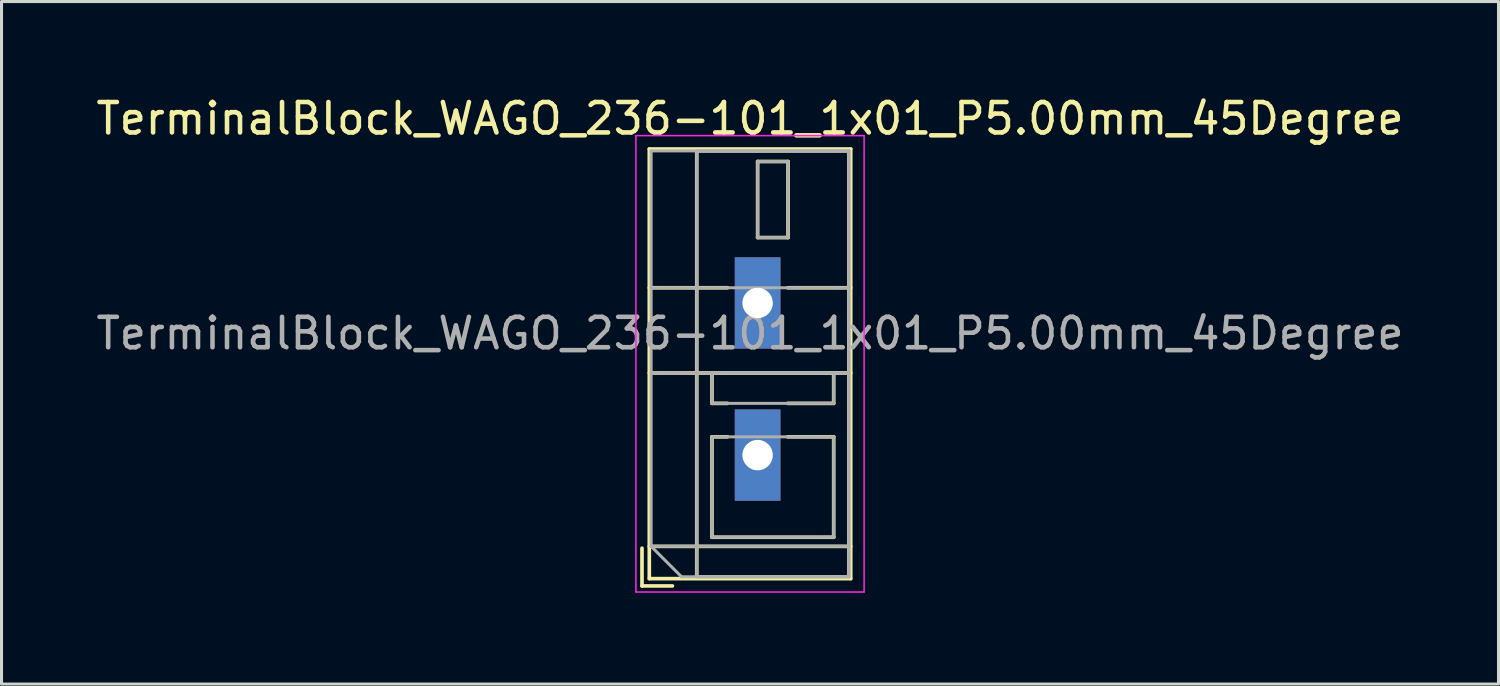
<source format=kicad_pcb>
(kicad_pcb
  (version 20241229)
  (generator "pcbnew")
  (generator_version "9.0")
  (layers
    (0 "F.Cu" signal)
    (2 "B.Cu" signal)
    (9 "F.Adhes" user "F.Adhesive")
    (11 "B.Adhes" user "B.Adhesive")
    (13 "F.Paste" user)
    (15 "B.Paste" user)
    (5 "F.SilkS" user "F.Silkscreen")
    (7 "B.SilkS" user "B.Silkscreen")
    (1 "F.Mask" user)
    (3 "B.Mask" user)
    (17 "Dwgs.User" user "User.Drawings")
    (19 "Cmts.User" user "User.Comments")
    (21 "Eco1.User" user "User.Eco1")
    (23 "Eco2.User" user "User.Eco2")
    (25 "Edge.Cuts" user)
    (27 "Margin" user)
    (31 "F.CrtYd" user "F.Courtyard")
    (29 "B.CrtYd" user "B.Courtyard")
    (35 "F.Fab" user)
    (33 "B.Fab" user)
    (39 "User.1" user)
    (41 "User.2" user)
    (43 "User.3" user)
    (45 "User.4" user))
  (footprint "TerminalBlock_WAGO_236-101_1x01_P5.00mm_45Degree"
    (layer "F.Cu")
    (at 21.851 11.908)
    (property "Reference" "TerminalBlock_WAGO_236-101_1x01_P5.00mm_45Degree" (at -0.25 -11.06 0) (layer "F.SilkS") (effects (font (size 1 1) (thickness 0.15))))
    (attr through_hole)
    (fp_line (start -3.8 3.06) (end -3.8 4.3) (stroke (width 0.12) (type solid)) (layer "F.SilkS"))
    (fp_line (start -3.8 4.3) (end -2.8 4.3) (stroke (width 0.12) (type solid)) (layer "F.SilkS"))
    (fp_line (start -3.56 -10.06) (end -3.56 4.06) (stroke (width 0.12) (type solid)) (layer "F.SilkS"))
    (fp_line (start -3.56 -10.06) (end 3.06 -10.06) (stroke (width 0.12) (type solid)) (layer "F.SilkS"))
    (fp_line (start -3.56 -5.5) (end -0.99 -5.5) (stroke (width 0.12) (type solid)) (layer "F.SilkS"))
    (fp_line (start -3.56 -2.7) (end 3.06 -2.7) (stroke (width 0.12) (type solid)) (layer "F.SilkS"))
    (fp_line (start -3.56 3) (end 3.06 3) (stroke (width 0.12) (type solid)) (layer "F.SilkS"))
    (fp_line (start -3.56 4.06) (end 3.06 4.06) (stroke (width 0.12) (type solid)) (layer "F.SilkS"))
    (fp_line (start -2 -10) (end -2 4) (stroke (width 0.12) (type solid)) (layer "F.SilkS"))
    (fp_line (start -2 -10) (end 3 -10) (stroke (width 0.12) (type solid)) (layer "F.SilkS"))
    (fp_line (start -2 4) (end 3 4) (stroke (width 0.12) (type solid)) (layer "F.SilkS"))
    (fp_line (start -1.5 -2.7) (end -1.5 -1.701) (stroke (width 0.12) (type solid)) (layer "F.SilkS"))
    (fp_line (start -1.5 -2.7) (end 2.5 -2.7) (stroke (width 0.12) (type solid)) (layer "F.SilkS"))
    (fp_line (start -1.5 -1.701) (end -0.99 -1.701) (stroke (width 0.12) (type solid)) (layer "F.SilkS"))
    (fp_line (start -1.5 -0.6) (end -1.5 2.7) (stroke (width 0.12) (type solid)) (layer "F.SilkS"))
    (fp_line (start -1.5 -0.6) (end -0.99 -0.6) (stroke (width 0.12) (type solid)) (layer "F.SilkS"))
    (fp_line (start -1.5 2.7) (end 2.5 2.7) (stroke (width 0.12) (type solid)) (layer "F.SilkS"))
    (fp_line (start 0 -9.65) (end 0 -7.15) (stroke (width 0.12) (type solid)) (layer "F.SilkS"))
    (fp_line (start 0 -9.65) (end 1 -9.65) (stroke (width 0.12) (type solid)) (layer "F.SilkS"))
    (fp_line (start 0 -7.15) (end 1 -7.15) (stroke (width 0.12) (type solid)) (layer "F.SilkS"))
    (fp_line (start 0.99 -5.5) (end 3.06 -5.5) (stroke (width 0.12) (type solid)) (layer "F.SilkS"))
    (fp_line (start 0.99 -1.701) (end 2.5 -1.701) (stroke (width 0.12) (type solid)) (layer "F.SilkS"))
    (fp_line (start 0.99 -0.6) (end 2.5 -0.6) (stroke (width 0.12) (type solid)) (layer "F.SilkS"))
    (fp_line (start 1 -9.65) (end 1 -7.15) (stroke (width 0.12) (type solid)) (layer "F.SilkS"))
    (fp_line (start 2.5 -2.7) (end 2.5 -1.701) (stroke (width 0.12) (type solid)) (layer "F.SilkS"))
    (fp_line (start 2.5 -0.6) (end 2.5 2.7) (stroke (width 0.12) (type solid)) (layer "F.SilkS"))
    (fp_line (start 3 -10) (end 3 4) (stroke (width 0.12) (type solid)) (layer "F.SilkS"))
    (fp_line (start 3.06 -10.06) (end 3.06 4.06) (stroke (width 0.12) (type solid)) (layer "F.SilkS"))
    (fp_line (start -4 -10.5) (end -4 4.5) (stroke (width 0.05) (type solid)) (layer "F.CrtYd"))
    (fp_line (start -4 4.5) (end 3.5 4.5) (stroke (width 0.05) (type solid)) (layer "F.CrtYd"))
    (fp_line (start 3.5 -10.5) (end -4 -10.5) (stroke (width 0.05) (type solid)) (layer "F.CrtYd"))
    (fp_line (start 3.5 4.5) (end 3.5 -10.5) (stroke (width 0.05) (type solid)) (layer "F.CrtYd"))
    (fp_line (start -3.5 -10) (end 3 -10) (stroke (width 0.1) (type solid)) (layer "F.Fab"))
    (fp_line (start -3.5 -5.5) (end 3 -5.5) (stroke (width 0.1) (type solid)) (layer "F.Fab"))
    (fp_line (start -3.5 -2.7) (end 3 -2.7) (stroke (width 0.1) (type solid)) (layer "F.Fab"))
    (fp_line (start -3.5 3) (end -3.5 -10) (stroke (width 0.1) (type solid)) (layer "F.Fab"))
    (fp_line (start -3.5 3) (end 3 3) (stroke (width 0.1) (type solid)) (layer "F.Fab"))
    (fp_line (start -2.5 4) (end -3.5 3) (stroke (width 0.1) (type solid)) (layer "F.Fab"))
    (fp_line (start -2 -10) (end -2 4) (stroke (width 0.1) (type solid)) (layer "F.Fab"))
    (fp_line (start -2 4) (end 3 4) (stroke (width 0.1) (type solid)) (layer "F.Fab"))
    (fp_line (start -1.5 -2.7) (end -1.5 -1.7) (stroke (width 0.1) (type solid)) (layer "F.Fab"))
    (fp_line (start -1.5 -1.7) (end 2.5 -1.7) (stroke (width 0.1) (type solid)) (layer "F.Fab"))
    (fp_line (start -1.5 -0.6) (end -1.5 2.7) (stroke (width 0.1) (type solid)) (layer "F.Fab"))
    (fp_line (start -1.5 2.7) (end 2.5 2.7) (stroke (width 0.1) (type solid)) (layer "F.Fab"))
    (fp_line (start 0 -9.65) (end 0 -7.15) (stroke (width 0.1) (type solid)) (layer "F.Fab"))
    (fp_line (start 0 -7.15) (end 1 -7.15) (stroke (width 0.1) (type solid)) (layer "F.Fab"))
    (fp_line (start 1 -9.65) (end 0 -9.65) (stroke (width 0.1) (type solid)) (layer "F.Fab"))
    (fp_line (start 1 -7.15) (end 1 -9.65) (stroke (width 0.1) (type solid)) (layer "F.Fab"))
    (fp_line (start 2.5 -2.7) (end -1.5 -2.7) (stroke (width 0.1) (type solid)) (layer "F.Fab"))
    (fp_line (start 2.5 -1.7) (end 2.5 -2.7) (stroke (width 0.1) (type solid)) (layer "F.Fab"))
    (fp_line (start 2.5 -0.6) (end -1.5 -0.6) (stroke (width 0.1) (type solid)) (layer "F.Fab"))
    (fp_line (start 2.5 2.7) (end 2.5 -0.6) (stroke (width 0.1) (type solid)) (layer "F.Fab"))
    (fp_line (start 3 -10) (end -2 -10) (stroke (width 0.1) (type solid)) (layer "F.Fab"))
    (fp_line (start 3 -10) (end 3 4) (stroke (width 0.1) (type solid)) (layer "F.Fab"))
    (fp_line (start 3 4) (end -2.5 4) (stroke (width 0.1) (type solid)) (layer "F.Fab"))
    (fp_line (start 3 4) (end 3 -10) (stroke (width 0.1) (type solid)) (layer "F.Fab"))
    (fp_text user "${REFERENCE}" (at -0.25 -4 0) (layer "F.Fab") (effects (font (size 1 1) (thickness 0.15))))
    (pad "1" thru_hole rect (at 0 -5) (size 1.5 3) (drill 1) (layers "*.Cu" "*.Mask"))
    (pad "1" thru_hole rect (at 0 0) (size 1.5 3) (drill 1) (layers "*.Cu" "*.Mask")))
  (gr_rect
    (start -3 -3)
    (end 46.202 19.433)
    (stroke (width 0.1) (type default))
    (fill no)
    (layer "Edge.Cuts")))
</source>
